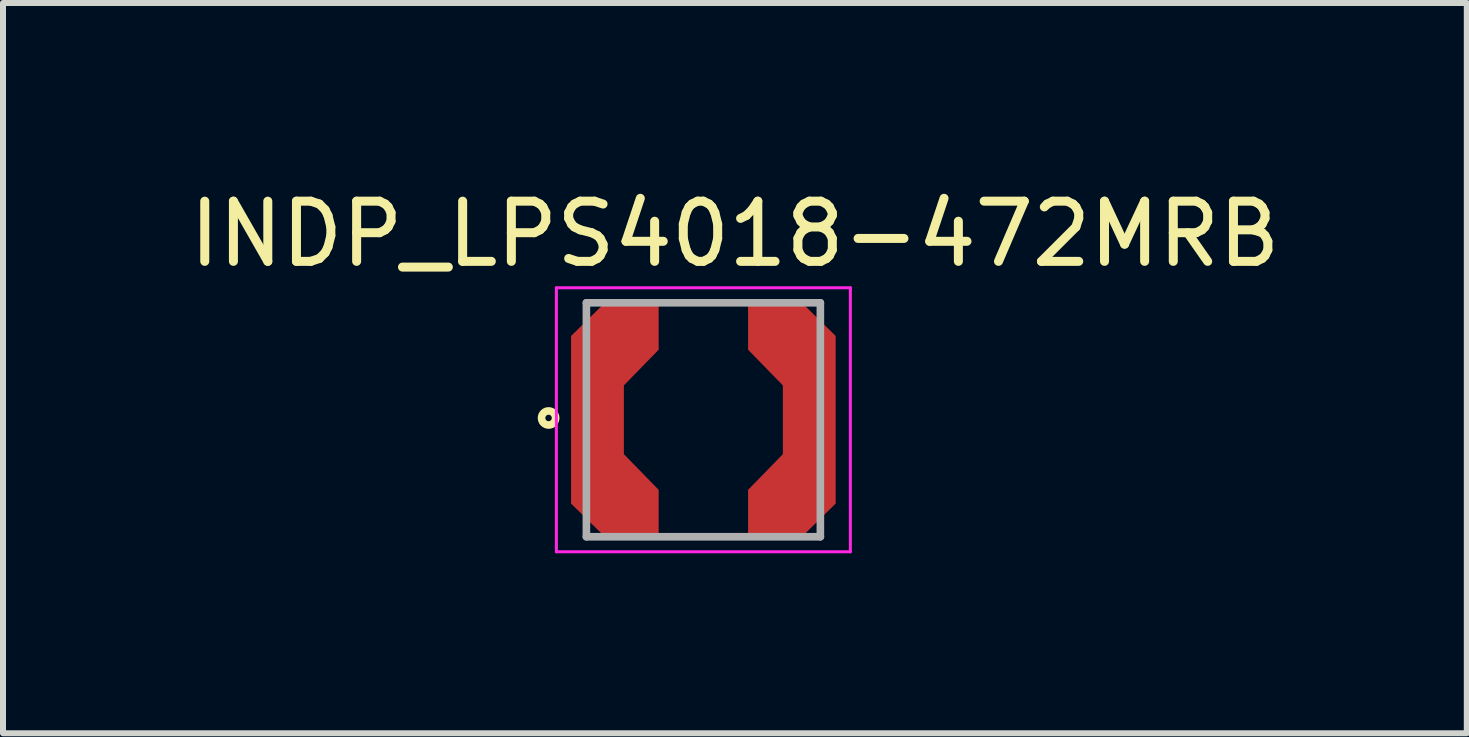
<source format=kicad_pcb>
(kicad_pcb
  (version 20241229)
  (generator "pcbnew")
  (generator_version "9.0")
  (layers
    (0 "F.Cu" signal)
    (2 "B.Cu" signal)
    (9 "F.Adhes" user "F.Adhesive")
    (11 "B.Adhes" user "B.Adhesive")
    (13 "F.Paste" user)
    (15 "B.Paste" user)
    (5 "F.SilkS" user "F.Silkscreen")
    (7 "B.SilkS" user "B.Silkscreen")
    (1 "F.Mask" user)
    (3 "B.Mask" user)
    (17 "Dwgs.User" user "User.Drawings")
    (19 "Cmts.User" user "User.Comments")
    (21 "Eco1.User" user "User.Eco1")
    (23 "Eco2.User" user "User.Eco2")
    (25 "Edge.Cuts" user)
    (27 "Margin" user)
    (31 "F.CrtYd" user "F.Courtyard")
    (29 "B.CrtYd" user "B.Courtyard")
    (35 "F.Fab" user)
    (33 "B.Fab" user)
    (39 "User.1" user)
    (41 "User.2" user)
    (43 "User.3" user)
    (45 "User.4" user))
  (footprint "INDP_LPS4018-472MRB"
    (layer "F.Cu")
    (at 8.674 3.947)
    (property "Reference" "INDP_LPS4018-472MRB" (at 0.525 -3.097 0) (layer "F.SilkS") (effects (font (size 1.003 1.003) (thickness 0.15))))
    (attr through_hole)
    (fp_poly (pts (xy -1.72 -2.09) (xy -0.65 -2.09) (xy -0.65 -1.16) (xy -1.22 -0.53) (xy -1.22 0.53) (xy -0.65 1.15) (xy -0.65 2.09) (xy -1.72 2.09) (xy -2.34 1.47) (xy -2.34 -1.47)) (stroke (width 0.01) (type solid)) (fill yes) (layer "F.Mask"))
    (fp_poly (pts (xy 1.72 2.09) (xy 0.65 2.09) (xy 0.65 1.1) (xy 1.22 0.53) (xy 1.22 -0.53) (xy 0.65 -1.12) (xy 0.65 -2.09) (xy 1.72 -2.09) (xy 2.34 -1.47) (xy 2.34 1.47)) (stroke (width 0.01) (type solid)) (fill yes) (layer "F.Mask"))
    (fp_circle (center -2.58 -0.03) (end -2.526 -0.03) (stroke (width 0.127) (type solid)) (fill no) (layer "F.SilkS"))
    (fp_poly (pts (xy -1.64 1.945) (xy -0.75 1.945) (xy -0.75 1.17) (xy -1.33 0.575) (xy -1.33 -0.575) (xy -0.75 -1.17) (xy -0.75 -1.945) (xy -1.64 -1.945) (xy -2.2 -1.395) (xy -2.2 1.395)) (stroke (width 0.01) (type solid)) (fill yes) (layer "F.Paste"))
    (fp_poly (pts (xy 1.64 -1.945) (xy 0.75 -1.945) (xy 0.75 -1.17) (xy 1.33 -0.575) (xy 1.33 0.575) (xy 0.75 1.17) (xy 0.75 1.945) (xy 1.64 1.945) (xy 2.2 1.395) (xy 2.2 -1.395)) (stroke (width 0.01) (type solid)) (fill yes) (layer "F.Paste"))
    (fp_line (start -2.45 -2.2) (end -2.45 2.2) (stroke (width 0.05) (type solid)) (layer "F.CrtYd"))
    (fp_line (start -2.45 2.2) (end 2.45 2.2) (stroke (width 0.05) (type solid)) (layer "F.CrtYd"))
    (fp_line (start 2.45 -2.2) (end -2.45 -2.2) (stroke (width 0.05) (type solid)) (layer "F.CrtYd"))
    (fp_line (start 2.45 2.2) (end 2.45 -2.2) (stroke (width 0.05) (type solid)) (layer "F.CrtYd"))
    (fp_line (start -1.95 -1.95) (end -1.95 1.95) (stroke (width 0.127) (type solid)) (layer "F.Fab"))
    (fp_line (start -1.95 1.95) (end 1.95 1.95) (stroke (width 0.127) (type solid)) (layer "F.Fab"))
    (fp_line (start 1.95 -1.95) (end -1.95 -1.95) (stroke (width 0.127) (type solid)) (layer "F.Fab"))
    (fp_line (start 1.95 1.95) (end 1.95 -1.95) (stroke (width 0.127) (type solid)) (layer "F.Fab"))
    (pad "1" smd custom (at -1.77 0) (size 0.635 1.27) (layers "F.Cu") (options (anchor rect)) (primitives (gr_poly (pts (xy 1.02 -1.17) (xy 0.44 -0.575) (xy 0.44 0.575) (xy 1.02 1.17) (xy 1.02 1.945) (xy 0.13 1.945) (xy -0.43 1.395) (xy -0.43 -1.395) (xy 0.13 -1.945) (xy 1.02 -1.945)) (width 0.01) (fill yes))))
    (pad "2" smd custom (at 1.81 -0.1) (size 0.635 1.27) (layers "F.Cu") (options (anchor rect)) (primitives (gr_poly (pts (xy 0.39 -1.295) (xy 0.39 1.495) (xy -0.17 2.045) (xy -1.06 2.045) (xy -1.06 1.27) (xy -0.48 0.675) (xy -0.48 -0.475) (xy -1.06 -1.07) (xy -1.06 -1.845) (xy -0.17 -1.845)) (width 0.01) (fill yes)))))
  (gr_rect
    (start -3 -3)
    (end 21.399 9.172)
    (stroke (width 0.1) (type default))
    (fill no)
    (layer "Edge.Cuts")))
</source>
